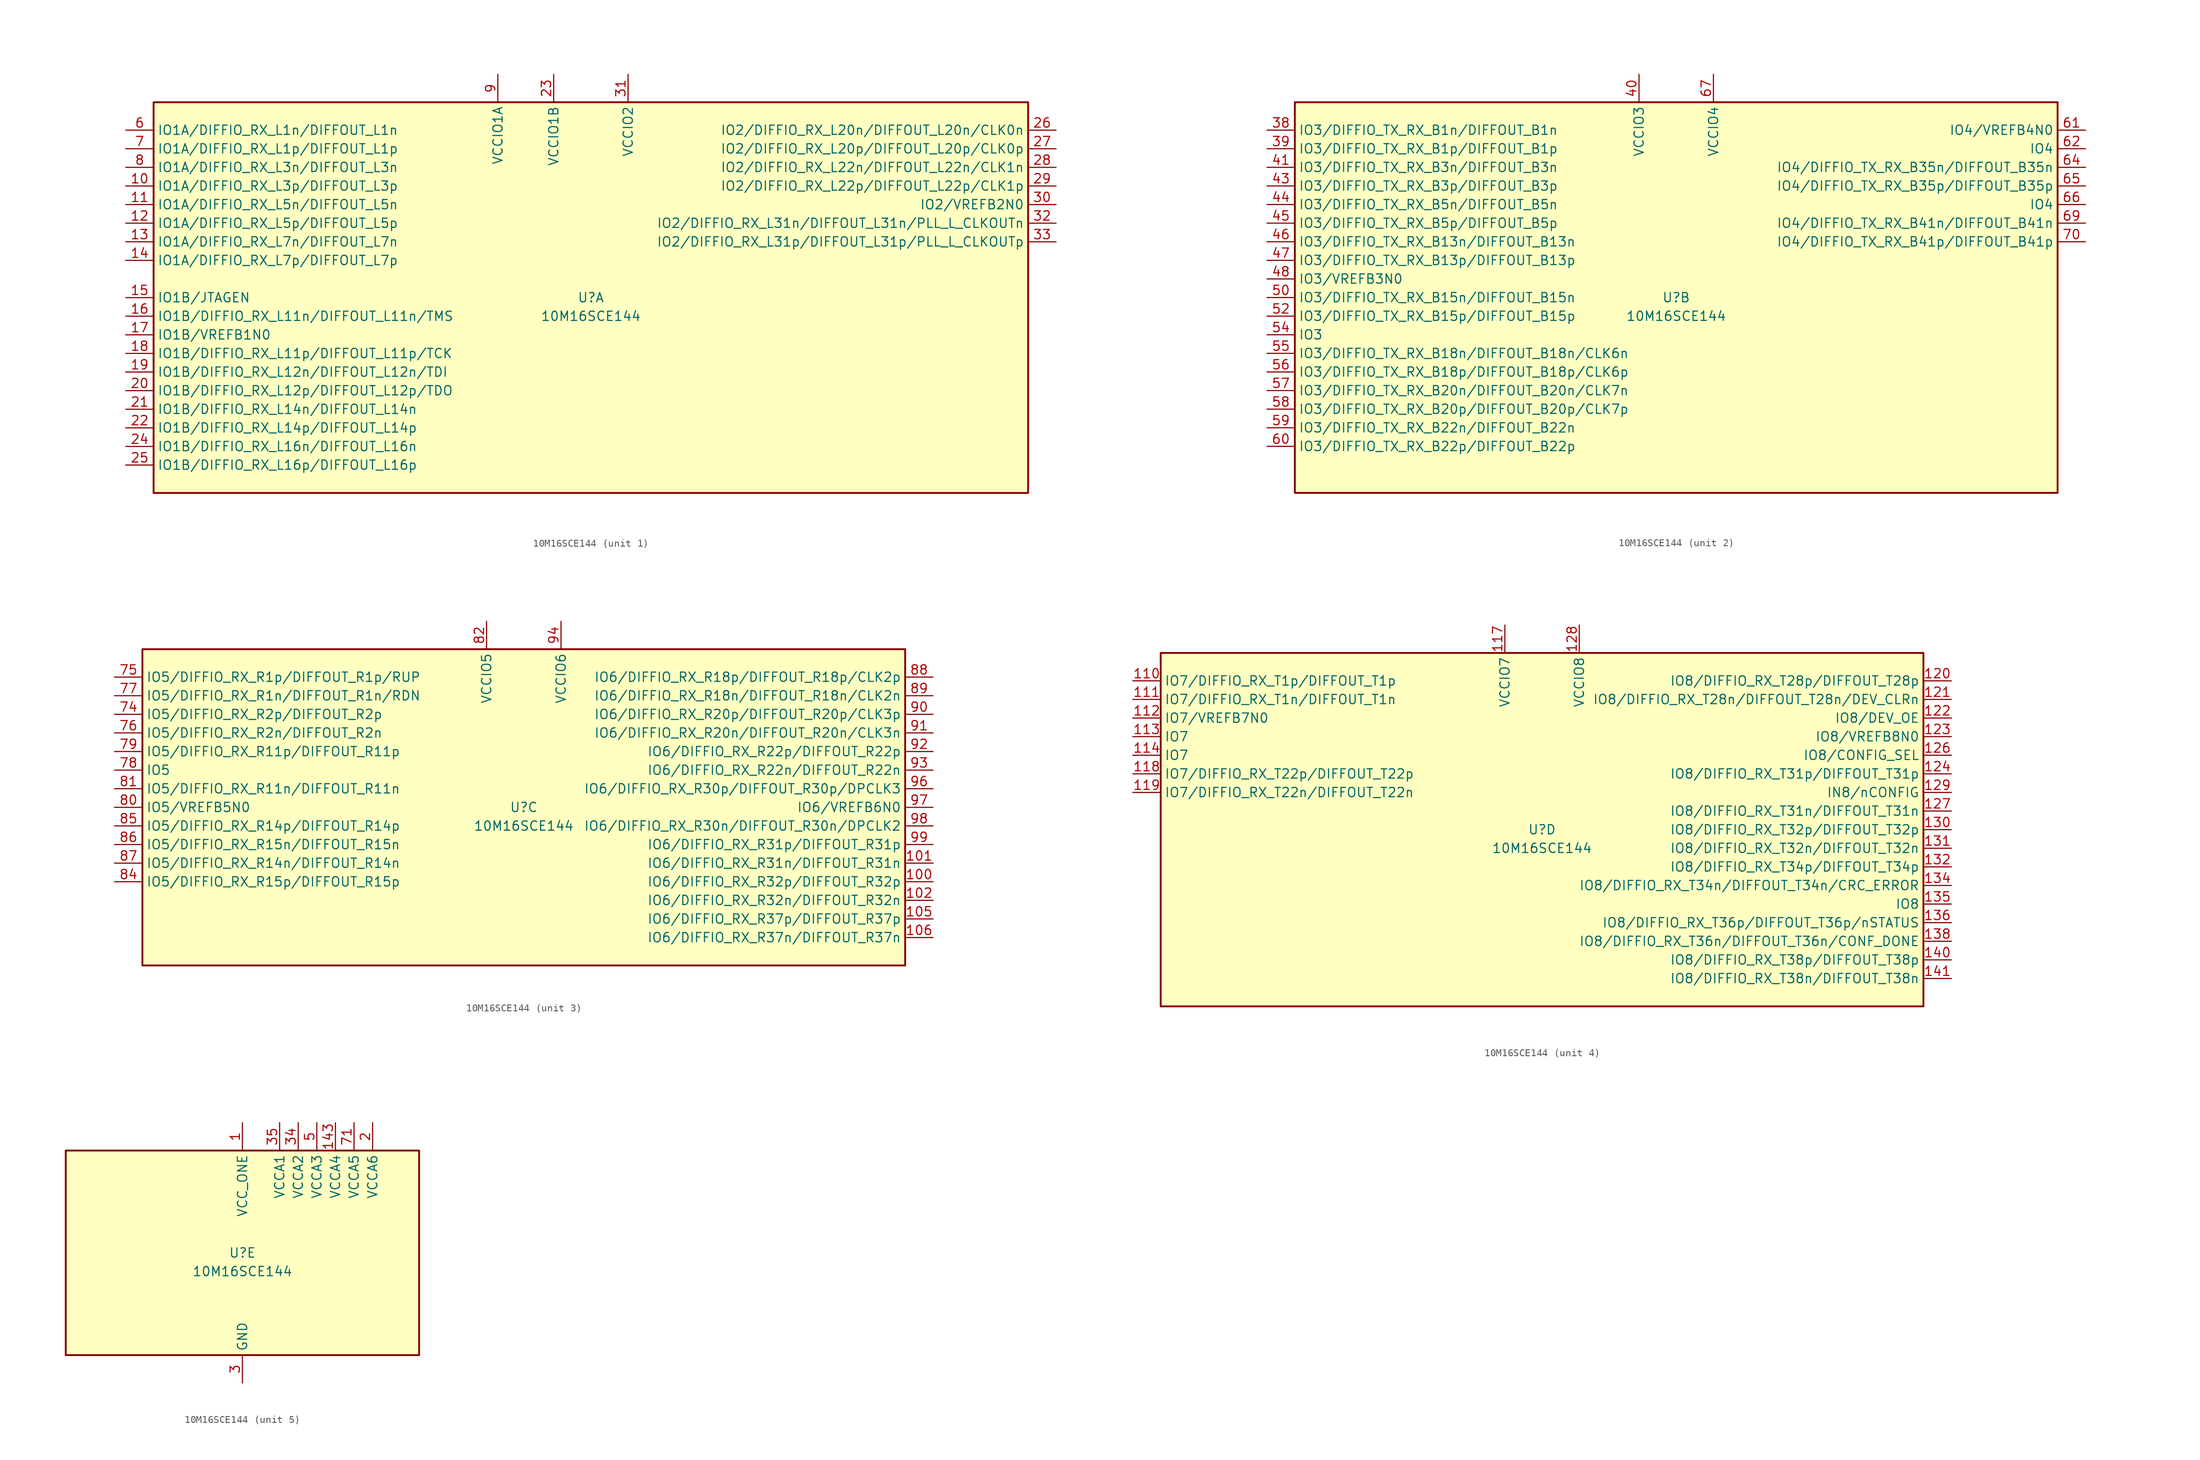
<source format=kicad_sym>
(kicad_symbol_lib
  (version 20220914)
  (generator kicad_symbol_editor)
  (symbol "10M16SCE144"
    (property "Reference" "U"
      (at 0 0 0)
      (effects (font (size 1.27 1.27))))
    (property "Value" "10M16SCE144"
      (at 0 -2.54 0)
      (effects (font (size 1.27 1.27))))
    (property "ki_locked" ""
      (at 0 0 0)
      (effects (font (size 1.27 1.27))))
    (symbol "10M16SCE144_1_1"
      (rectangle (start -59.69 26.67) (end 59.69 -26.67) (stroke (width 0.254) (type default)) (fill (type background)))
      (pin bidirectional line (at -63.5 15.24 0) (length 3.81) (name "IO1A/DIFFIO_RX_L3p/DIFFOUT_L3p" (effects (font (size 1.27 1.27)))) (number "10" (effects (font (size 1.27 1.27)))))
      (pin bidirectional line (at -63.5 12.7 0) (length 3.81) (name "IO1A/DIFFIO_RX_L5n/DIFFOUT_L5n" (effects (font (size 1.27 1.27)))) (number "11" (effects (font (size 1.27 1.27)))))
      (pin bidirectional line (at -63.5 10.16 0) (length 3.81) (name "IO1A/DIFFIO_RX_L5p/DIFFOUT_L5p" (effects (font (size 1.27 1.27)))) (number "12" (effects (font (size 1.27 1.27)))))
      (pin bidirectional line (at -63.5 7.62 0) (length 3.81) (name "IO1A/DIFFIO_RX_L7n/DIFFOUT_L7n" (effects (font (size 1.27 1.27)))) (number "13" (effects (font (size 1.27 1.27)))))
      (pin bidirectional line (at -63.5 5.08 0) (length 3.81) (name "IO1A/DIFFIO_RX_L7p/DIFFOUT_L7p" (effects (font (size 1.27 1.27)))) (number "14" (effects (font (size 1.27 1.27)))))
      (pin bidirectional line (at -63.5 0 0) (length 3.81) (name "IO1B/JTAGEN" (effects (font (size 1.27 1.27)))) (number "15" (effects (font (size 1.27 1.27)))))
      (pin bidirectional line (at -63.5 -2.54 0) (length 3.81) (name "IO1B/DIFFIO_RX_L11n/DIFFOUT_L11n/TMS" (effects (font (size 1.27 1.27)))) (number "16" (effects (font (size 1.27 1.27)))))
      (pin bidirectional line (at -63.5 -5.08 0) (length 3.81) (name "IO1B/VREFB1N0" (effects (font (size 1.27 1.27)))) (number "17" (effects (font (size 1.27 1.27)))))
      (pin bidirectional line (at -63.5 -7.62 0) (length 3.81) (name "IO1B/DIFFIO_RX_L11p/DIFFOUT_L11p/TCK" (effects (font (size 1.27 1.27)))) (number "18" (effects (font (size 1.27 1.27)))))
      (pin bidirectional line (at -63.5 -10.16 0) (length 3.81) (name "IO1B/DIFFIO_RX_L12n/DIFFOUT_L12n/TDI" (effects (font (size 1.27 1.27)))) (number "19" (effects (font (size 1.27 1.27)))))
      (pin bidirectional line (at -63.5 -12.7 0) (length 3.81) (name "IO1B/DIFFIO_RX_L12p/DIFFOUT_L12p/TDO" (effects (font (size 1.27 1.27)))) (number "20" (effects (font (size 1.27 1.27)))))
      (pin bidirectional line (at -63.5 -15.24 0) (length 3.81) (name "IO1B/DIFFIO_RX_L14n/DIFFOUT_L14n" (effects (font (size 1.27 1.27)))) (number "21" (effects (font (size 1.27 1.27)))))
      (pin bidirectional line (at -63.5 -17.78 0) (length 3.81) (name "IO1B/DIFFIO_RX_L14p/DIFFOUT_L14p" (effects (font (size 1.27 1.27)))) (number "22" (effects (font (size 1.27 1.27)))))
      (pin power_in line (at -5.08 30.48 270) (length 3.81) (name "VCCIO1B" (effects (font (size 1.27 1.27)))) (number "23" (effects (font (size 1.27 1.27)))))
      (pin bidirectional line (at -63.5 -20.32 0) (length 3.81) (name "IO1B/DIFFIO_RX_L16n/DIFFOUT_L16n" (effects (font (size 1.27 1.27)))) (number "24" (effects (font (size 1.27 1.27)))))
      (pin bidirectional line (at -63.5 -22.86 0) (length 3.81) (name "IO1B/DIFFIO_RX_L16p/DIFFOUT_L16p" (effects (font (size 1.27 1.27)))) (number "25" (effects (font (size 1.27 1.27)))))
      (pin bidirectional line (at 63.5 22.86 180) (length 3.81) (name "IO2/DIFFIO_RX_L20n/DIFFOUT_L20n/CLK0n" (effects (font (size 1.27 1.27)))) (number "26" (effects (font (size 1.27 1.27)))))
      (pin bidirectional line (at 63.5 20.32 180) (length 3.81) (name "IO2/DIFFIO_RX_L20p/DIFFOUT_L20p/CLK0p" (effects (font (size 1.27 1.27)))) (number "27" (effects (font (size 1.27 1.27)))))
      (pin bidirectional line (at 63.5 17.78 180) (length 3.81) (name "IO2/DIFFIO_RX_L22n/DIFFOUT_L22n/CLK1n" (effects (font (size 1.27 1.27)))) (number "28" (effects (font (size 1.27 1.27)))))
      (pin bidirectional line (at 63.5 15.24 180) (length 3.81) (name "IO2/DIFFIO_RX_L22p/DIFFOUT_L22p/CLK1p" (effects (font (size 1.27 1.27)))) (number "29" (effects (font (size 1.27 1.27)))))
      (pin bidirectional line (at 63.5 12.7 180) (length 3.81) (name "IO2/VREFB2N0" (effects (font (size 1.27 1.27)))) (number "30" (effects (font (size 1.27 1.27)))))
      (pin power_in line (at 5.08 30.48 270) (length 3.81) (name "VCCIO2" (effects (font (size 1.27 1.27)))) (number "31" (effects (font (size 1.27 1.27)))))
      (pin bidirectional line (at 63.5 10.16 180) (length 3.81) (name "IO2/DIFFIO_RX_L31n/DIFFOUT_L31n/PLL_L_CLKOUTn" (effects (font (size 1.27 1.27)))) (number "32" (effects (font (size 1.27 1.27)))))
      (pin bidirectional line (at 63.5 7.62 180) (length 3.81) (name "IO2/DIFFIO_RX_L31p/DIFFOUT_L31p/PLL_L_CLKOUTp" (effects (font (size 1.27 1.27)))) (number "33" (effects (font (size 1.27 1.27)))))
      (pin bidirectional line (at -63.5 22.86 0) (length 3.81) (name "IO1A/DIFFIO_RX_L1n/DIFFOUT_L1n" (effects (font (size 1.27 1.27)))) (number "6" (effects (font (size 1.27 1.27)))))
      (pin bidirectional line (at -63.5 20.32 0) (length 3.81) (name "IO1A/DIFFIO_RX_L1p/DIFFOUT_L1p" (effects (font (size 1.27 1.27)))) (number "7" (effects (font (size 1.27 1.27)))))
      (pin bidirectional line (at -63.5 17.78 0) (length 3.81) (name "IO1A/DIFFIO_RX_L3n/DIFFOUT_L3n" (effects (font (size 1.27 1.27)))) (number "8" (effects (font (size 1.27 1.27)))))
      (pin power_in line (at -12.7 30.48 270) (length 3.81) (name "VCCIO1A" (effects (font (size 1.27 1.27)))) (number "9" (effects (font (size 1.27 1.27))))))
    (symbol "10M16SCE144_2_1"
      (rectangle (start -52.07 26.67) (end 52.07 -26.67) (stroke (width 0.254) (type default)) (fill (type background)))
      (pin bidirectional line (at -55.88 22.86 0) (length 3.81) (name "IO3/DIFFIO_TX_RX_B1n/DIFFOUT_B1n" (effects (font (size 1.27 1.27)))) (number "38" (effects (font (size 1.27 1.27)))))
      (pin bidirectional line (at -55.88 20.32 0) (length 3.81) (name "IO3/DIFFIO_TX_RX_B1p/DIFFOUT_B1p" (effects (font (size 1.27 1.27)))) (number "39" (effects (font (size 1.27 1.27)))))
      (pin power_in line (at -5.08 30.48 270) (length 3.81) (name "VCCIO3" (effects (font (size 1.27 1.27)))) (number "40" (effects (font (size 1.27 1.27)))))
      (pin bidirectional line (at -55.88 17.78 0) (length 3.81) (name "IO3/DIFFIO_TX_RX_B3n/DIFFOUT_B3n" (effects (font (size 1.27 1.27)))) (number "41" (effects (font (size 1.27 1.27)))))
      (pin bidirectional line (at -55.88 15.24 0) (length 3.81) (name "IO3/DIFFIO_TX_RX_B3p/DIFFOUT_B3p" (effects (font (size 1.27 1.27)))) (number "43" (effects (font (size 1.27 1.27)))))
      (pin bidirectional line (at -55.88 12.7 0) (length 3.81) (name "IO3/DIFFIO_TX_RX_B5n/DIFFOUT_B5n" (effects (font (size 1.27 1.27)))) (number "44" (effects (font (size 1.27 1.27)))))
      (pin bidirectional line (at -55.88 10.16 0) (length 3.81) (name "IO3/DIFFIO_TX_RX_B5p/DIFFOUT_B5p" (effects (font (size 1.27 1.27)))) (number "45" (effects (font (size 1.27 1.27)))))
      (pin bidirectional line (at -55.88 7.62 0) (length 3.81) (name "IO3/DIFFIO_TX_RX_B13n/DIFFOUT_B13n" (effects (font (size 1.27 1.27)))) (number "46" (effects (font (size 1.27 1.27)))))
      (pin bidirectional line (at -55.88 5.08 0) (length 3.81) (name "IO3/DIFFIO_TX_RX_B13p/DIFFOUT_B13p" (effects (font (size 1.27 1.27)))) (number "47" (effects (font (size 1.27 1.27)))))
      (pin bidirectional line (at -55.88 2.54 0) (length 3.81) (name "IO3/VREFB3N0" (effects (font (size 1.27 1.27)))) (number "48" (effects (font (size 1.27 1.27)))))
      (pin passive line (at -5.08 30.48 270) (length 3.81) hide (name "VCCIO3" (effects (font (size 1.27 1.27)))) (number "49" (effects (font (size 1.27 1.27)))))
      (pin bidirectional line (at -55.88 0 0) (length 3.81) (name "IO3/DIFFIO_TX_RX_B15n/DIFFOUT_B15n" (effects (font (size 1.27 1.27)))) (number "50" (effects (font (size 1.27 1.27)))))
      (pin bidirectional line (at -55.88 -2.54 0) (length 3.81) (name "IO3/DIFFIO_TX_RX_B15p/DIFFOUT_B15p" (effects (font (size 1.27 1.27)))) (number "52" (effects (font (size 1.27 1.27)))))
      (pin bidirectional line (at -55.88 -5.08 0) (length 3.81) (name "IO3" (effects (font (size 1.27 1.27)))) (number "54" (effects (font (size 1.27 1.27)))))
      (pin bidirectional line (at -55.88 -7.62 0) (length 3.81) (name "IO3/DIFFIO_TX_RX_B18n/DIFFOUT_B18n/CLK6n" (effects (font (size 1.27 1.27)))) (number "55" (effects (font (size 1.27 1.27)))))
      (pin bidirectional line (at -55.88 -10.16 0) (length 3.81) (name "IO3/DIFFIO_TX_RX_B18p/DIFFOUT_B18p/CLK6p" (effects (font (size 1.27 1.27)))) (number "56" (effects (font (size 1.27 1.27)))))
      (pin bidirectional line (at -55.88 -12.7 0) (length 3.81) (name "IO3/DIFFIO_TX_RX_B20n/DIFFOUT_B20n/CLK7n" (effects (font (size 1.27 1.27)))) (number "57" (effects (font (size 1.27 1.27)))))
      (pin bidirectional line (at -55.88 -15.24 0) (length 3.81) (name "IO3/DIFFIO_TX_RX_B20p/DIFFOUT_B20p/CLK7p" (effects (font (size 1.27 1.27)))) (number "58" (effects (font (size 1.27 1.27)))))
      (pin bidirectional line (at -55.88 -17.78 0) (length 3.81) (name "IO3/DIFFIO_TX_RX_B22n/DIFFOUT_B22n" (effects (font (size 1.27 1.27)))) (number "59" (effects (font (size 1.27 1.27)))))
      (pin bidirectional line (at -55.88 -20.32 0) (length 3.81) (name "IO3/DIFFIO_TX_RX_B22p/DIFFOUT_B22p" (effects (font (size 1.27 1.27)))) (number "60" (effects (font (size 1.27 1.27)))))
      (pin bidirectional line (at 55.88 22.86 180) (length 3.81) (name "IO4/VREFB4N0" (effects (font (size 1.27 1.27)))) (number "61" (effects (font (size 1.27 1.27)))))
      (pin bidirectional line (at 55.88 20.32 180) (length 3.81) (name "IO4" (effects (font (size 1.27 1.27)))) (number "62" (effects (font (size 1.27 1.27)))))
      (pin bidirectional line (at 55.88 17.78 180) (length 3.81) (name "IO4/DIFFIO_TX_RX_B35n/DIFFOUT_B35n" (effects (font (size 1.27 1.27)))) (number "64" (effects (font (size 1.27 1.27)))))
      (pin bidirectional line (at 55.88 15.24 180) (length 3.81) (name "IO4/DIFFIO_TX_RX_B35p/DIFFOUT_B35p" (effects (font (size 1.27 1.27)))) (number "65" (effects (font (size 1.27 1.27)))))
      (pin bidirectional line (at 55.88 12.7 180) (length 3.81) (name "IO4" (effects (font (size 1.27 1.27)))) (number "66" (effects (font (size 1.27 1.27)))))
      (pin power_in line (at 5.08 30.48 270) (length 3.81) (name "VCCIO4" (effects (font (size 1.27 1.27)))) (number "67" (effects (font (size 1.27 1.27)))))
      (pin bidirectional line (at 55.88 10.16 180) (length 3.81) (name "IO4/DIFFIO_TX_RX_B41n/DIFFOUT_B41n" (effects (font (size 1.27 1.27)))) (number "69" (effects (font (size 1.27 1.27)))))
      (pin bidirectional line (at 55.88 7.62 180) (length 3.81) (name "IO4/DIFFIO_TX_RX_B41p/DIFFOUT_B41p" (effects (font (size 1.27 1.27)))) (number "70" (effects (font (size 1.27 1.27))))))
    (symbol "10M16SCE144_3_1"
      (rectangle (start -52.07 21.59) (end 52.07 -21.59) (stroke (width 0.254) (type default)) (fill (type background)))
      (pin bidirectional line (at 55.88 -10.16 180) (length 3.81) (name "IO6/DIFFIO_RX_R32p/DIFFOUT_R32p" (effects (font (size 1.27 1.27)))) (number "100" (effects (font (size 1.27 1.27)))))
      (pin bidirectional line (at 55.88 -7.62 180) (length 3.81) (name "IO6/DIFFIO_RX_R31n/DIFFOUT_R31n" (effects (font (size 1.27 1.27)))) (number "101" (effects (font (size 1.27 1.27)))))
      (pin bidirectional line (at 55.88 -12.7 180) (length 3.81) (name "IO6/DIFFIO_RX_R32n/DIFFOUT_R32n" (effects (font (size 1.27 1.27)))) (number "102" (effects (font (size 1.27 1.27)))))
      (pin passive line (at 5.08 25.4 270) (length 3.81) hide (name "VCCIO6" (effects (font (size 1.27 1.27)))) (number "103" (effects (font (size 1.27 1.27)))))
      (pin bidirectional line (at 55.88 -15.24 180) (length 3.81) (name "IO6/DIFFIO_RX_R37p/DIFFOUT_R37p" (effects (font (size 1.27 1.27)))) (number "105" (effects (font (size 1.27 1.27)))))
      (pin bidirectional line (at 55.88 -17.78 180) (length 3.81) (name "IO6/DIFFIO_RX_R37n/DIFFOUT_R37n" (effects (font (size 1.27 1.27)))) (number "106" (effects (font (size 1.27 1.27)))))
      (pin bidirectional line (at -55.88 12.7 0) (length 3.81) (name "IO5/DIFFIO_RX_R2p/DIFFOUT_R2p" (effects (font (size 1.27 1.27)))) (number "74" (effects (font (size 1.27 1.27)))))
      (pin bidirectional line (at -55.88 17.78 0) (length 3.81) (name "IO5/DIFFIO_RX_R1p/DIFFOUT_R1p/RUP" (effects (font (size 1.27 1.27)))) (number "75" (effects (font (size 1.27 1.27)))))
      (pin bidirectional line (at -55.88 10.16 0) (length 3.81) (name "IO5/DIFFIO_RX_R2n/DIFFOUT_R2n" (effects (font (size 1.27 1.27)))) (number "76" (effects (font (size 1.27 1.27)))))
      (pin bidirectional line (at -55.88 15.24 0) (length 3.81) (name "IO5/DIFFIO_RX_R1n/DIFFOUT_R1n/RDN" (effects (font (size 1.27 1.27)))) (number "77" (effects (font (size 1.27 1.27)))))
      (pin bidirectional line (at -55.88 5.08 0) (length 3.81) (name "IO5" (effects (font (size 1.27 1.27)))) (number "78" (effects (font (size 1.27 1.27)))))
      (pin bidirectional line (at -55.88 7.62 0) (length 3.81) (name "IO5/DIFFIO_RX_R11p/DIFFOUT_R11p" (effects (font (size 1.27 1.27)))) (number "79" (effects (font (size 1.27 1.27)))))
      (pin bidirectional line (at -55.88 0 0) (length 3.81) (name "IO5/VREFB5N0" (effects (font (size 1.27 1.27)))) (number "80" (effects (font (size 1.27 1.27)))))
      (pin bidirectional line (at -55.88 2.54 0) (length 3.81) (name "IO5/DIFFIO_RX_R11n/DIFFOUT_R11n" (effects (font (size 1.27 1.27)))) (number "81" (effects (font (size 1.27 1.27)))))
      (pin power_in line (at -5.08 25.4 270) (length 3.81) (name "VCCIO5" (effects (font (size 1.27 1.27)))) (number "82" (effects (font (size 1.27 1.27)))))
      (pin bidirectional line (at -55.88 -10.16 0) (length 3.81) (name "IO5/DIFFIO_RX_R15p/DIFFOUT_R15p" (effects (font (size 1.27 1.27)))) (number "84" (effects (font (size 1.27 1.27)))))
      (pin bidirectional line (at -55.88 -2.54 0) (length 3.81) (name "IO5/DIFFIO_RX_R14p/DIFFOUT_R14p" (effects (font (size 1.27 1.27)))) (number "85" (effects (font (size 1.27 1.27)))))
      (pin bidirectional line (at -55.88 -5.08 0) (length 3.81) (name "IO5/DIFFIO_RX_R15n/DIFFOUT_R15n" (effects (font (size 1.27 1.27)))) (number "86" (effects (font (size 1.27 1.27)))))
      (pin bidirectional line (at -55.88 -7.62 0) (length 3.81) (name "IO5/DIFFIO_RX_R14n/DIFFOUT_R14n" (effects (font (size 1.27 1.27)))) (number "87" (effects (font (size 1.27 1.27)))))
      (pin bidirectional line (at 55.88 17.78 180) (length 3.81) (name "IO6/DIFFIO_RX_R18p/DIFFOUT_R18p/CLK2p" (effects (font (size 1.27 1.27)))) (number "88" (effects (font (size 1.27 1.27)))))
      (pin bidirectional line (at 55.88 15.24 180) (length 3.81) (name "IO6/DIFFIO_RX_R18n/DIFFOUT_R18n/CLK2n" (effects (font (size 1.27 1.27)))) (number "89" (effects (font (size 1.27 1.27)))))
      (pin bidirectional line (at 55.88 12.7 180) (length 3.81) (name "IO6/DIFFIO_RX_R20p/DIFFOUT_R20p/CLK3p" (effects (font (size 1.27 1.27)))) (number "90" (effects (font (size 1.27 1.27)))))
      (pin bidirectional line (at 55.88 10.16 180) (length 3.81) (name "IO6/DIFFIO_RX_R20n/DIFFOUT_R20n/CLK3n" (effects (font (size 1.27 1.27)))) (number "91" (effects (font (size 1.27 1.27)))))
      (pin bidirectional line (at 55.88 7.62 180) (length 3.81) (name "IO6/DIFFIO_RX_R22p/DIFFOUT_R22p" (effects (font (size 1.27 1.27)))) (number "92" (effects (font (size 1.27 1.27)))))
      (pin bidirectional line (at 55.88 5.08 180) (length 3.81) (name "IO6/DIFFIO_RX_R22n/DIFFOUT_R22n" (effects (font (size 1.27 1.27)))) (number "93" (effects (font (size 1.27 1.27)))))
      (pin power_in line (at 5.08 25.4 270) (length 3.81) (name "VCCIO6" (effects (font (size 1.27 1.27)))) (number "94" (effects (font (size 1.27 1.27)))))
      (pin bidirectional line (at 55.88 2.54 180) (length 3.81) (name "IO6/DIFFIO_RX_R30p/DIFFOUT_R30p/DPCLK3" (effects (font (size 1.27 1.27)))) (number "96" (effects (font (size 1.27 1.27)))))
      (pin bidirectional line (at 55.88 0 180) (length 3.81) (name "IO6/VREFB6N0" (effects (font (size 1.27 1.27)))) (number "97" (effects (font (size 1.27 1.27)))))
      (pin bidirectional line (at 55.88 -2.54 180) (length 3.81) (name "IO6/DIFFIO_RX_R30n/DIFFOUT_R30n/DPCLK2" (effects (font (size 1.27 1.27)))) (number "98" (effects (font (size 1.27 1.27)))))
      (pin bidirectional line (at 55.88 -5.08 180) (length 3.81) (name "IO6/DIFFIO_RX_R31p/DIFFOUT_R31p" (effects (font (size 1.27 1.27)))) (number "99" (effects (font (size 1.27 1.27))))))
    (symbol "10M16SCE144_4_1"
      (rectangle (start -52.07 24.13) (end 52.07 -24.13) (stroke (width 0.254) (type default)) (fill (type background)))
      (pin bidirectional line (at -55.88 20.32 0) (length 3.81) (name "IO7/DIFFIO_RX_T1p/DIFFOUT_T1p" (effects (font (size 1.27 1.27)))) (number "110" (effects (font (size 1.27 1.27)))))
      (pin bidirectional line (at -55.88 17.78 0) (length 3.81) (name "IO7/DIFFIO_RX_T1n/DIFFOUT_T1n" (effects (font (size 1.27 1.27)))) (number "111" (effects (font (size 1.27 1.27)))))
      (pin bidirectional line (at -55.88 15.24 0) (length 3.81) (name "IO7/VREFB7N0" (effects (font (size 1.27 1.27)))) (number "112" (effects (font (size 1.27 1.27)))))
      (pin bidirectional line (at -55.88 12.7 0) (length 3.81) (name "IO7" (effects (font (size 1.27 1.27)))) (number "113" (effects (font (size 1.27 1.27)))))
      (pin bidirectional line (at -55.88 10.16 0) (length 3.81) (name "IO7" (effects (font (size 1.27 1.27)))) (number "114" (effects (font (size 1.27 1.27)))))
      (pin power_in line (at -5.08 27.94 270) (length 3.81) (name "VCCIO7" (effects (font (size 1.27 1.27)))) (number "117" (effects (font (size 1.27 1.27)))))
      (pin bidirectional line (at -55.88 7.62 0) (length 3.81) (name "IO7/DIFFIO_RX_T22p/DIFFOUT_T22p" (effects (font (size 1.27 1.27)))) (number "118" (effects (font (size 1.27 1.27)))))
      (pin bidirectional line (at -55.88 5.08 0) (length 3.81) (name "IO7/DIFFIO_RX_T22n/DIFFOUT_T22n" (effects (font (size 1.27 1.27)))) (number "119" (effects (font (size 1.27 1.27)))))
      (pin bidirectional line (at 55.88 20.32 180) (length 3.81) (name "IO8/DIFFIO_RX_T28p/DIFFOUT_T28p" (effects (font (size 1.27 1.27)))) (number "120" (effects (font (size 1.27 1.27)))))
      (pin bidirectional line (at 55.88 17.78 180) (length 3.81) (name "IO8/DIFFIO_RX_T28n/DIFFOUT_T28n/DEV_CLRn" (effects (font (size 1.27 1.27)))) (number "121" (effects (font (size 1.27 1.27)))))
      (pin bidirectional line (at 55.88 15.24 180) (length 3.81) (name "IO8/DEV_OE" (effects (font (size 1.27 1.27)))) (number "122" (effects (font (size 1.27 1.27)))))
      (pin bidirectional line (at 55.88 12.7 180) (length 3.81) (name "IO8/VREFB8N0" (effects (font (size 1.27 1.27)))) (number "123" (effects (font (size 1.27 1.27)))))
      (pin bidirectional line (at 55.88 7.62 180) (length 3.81) (name "IO8/DIFFIO_RX_T31p/DIFFOUT_T31p" (effects (font (size 1.27 1.27)))) (number "124" (effects (font (size 1.27 1.27)))))
      (pin bidirectional line (at 55.88 10.16 180) (length 3.81) (name "IO8/CONFIG_SEL" (effects (font (size 1.27 1.27)))) (number "126" (effects (font (size 1.27 1.27)))))
      (pin bidirectional line (at 55.88 2.54 180) (length 3.81) (name "IO8/DIFFIO_RX_T31n/DIFFOUT_T31n" (effects (font (size 1.27 1.27)))) (number "127" (effects (font (size 1.27 1.27)))))
      (pin power_in line (at 5.08 27.94 270) (length 3.81) (name "VCCIO8" (effects (font (size 1.27 1.27)))) (number "128" (effects (font (size 1.27 1.27)))))
      (pin input line (at 55.88 5.08 180) (length 3.81) (name "IN8/nCONFIG" (effects (font (size 1.27 1.27)))) (number "129" (effects (font (size 1.27 1.27)))))
      (pin bidirectional line (at 55.88 0 180) (length 3.81) (name "IO8/DIFFIO_RX_T32p/DIFFOUT_T32p" (effects (font (size 1.27 1.27)))) (number "130" (effects (font (size 1.27 1.27)))))
      (pin bidirectional line (at 55.88 -2.54 180) (length 3.81) (name "IO8/DIFFIO_RX_T32n/DIFFOUT_T32n" (effects (font (size 1.27 1.27)))) (number "131" (effects (font (size 1.27 1.27)))))
      (pin bidirectional line (at 55.88 -5.08 180) (length 3.81) (name "IO8/DIFFIO_RX_T34p/DIFFOUT_T34p" (effects (font (size 1.27 1.27)))) (number "132" (effects (font (size 1.27 1.27)))))
      (pin bidirectional line (at 55.88 -7.62 180) (length 3.81) (name "IO8/DIFFIO_RX_T34n/DIFFOUT_T34n/CRC_ERROR" (effects (font (size 1.27 1.27)))) (number "134" (effects (font (size 1.27 1.27)))))
      (pin bidirectional line (at 55.88 -10.16 180) (length 3.81) (name "IO8" (effects (font (size 1.27 1.27)))) (number "135" (effects (font (size 1.27 1.27)))))
      (pin bidirectional line (at 55.88 -12.7 180) (length 3.81) (name "IO8/DIFFIO_RX_T36p/DIFFOUT_T36p/nSTATUS" (effects (font (size 1.27 1.27)))) (number "136" (effects (font (size 1.27 1.27)))))
      (pin bidirectional line (at 55.88 -15.24 180) (length 3.81) (name "IO8/DIFFIO_RX_T36n/DIFFOUT_T36n/CONF_DONE" (effects (font (size 1.27 1.27)))) (number "138" (effects (font (size 1.27 1.27)))))
      (pin passive line (at 5.08 27.94 270) (length 3.81) hide (name "VCCIO8" (effects (font (size 1.27 1.27)))) (number "139" (effects (font (size 1.27 1.27)))))
      (pin bidirectional line (at 55.88 -17.78 180) (length 3.81) (name "IO8/DIFFIO_RX_T38p/DIFFOUT_T38p" (effects (font (size 1.27 1.27)))) (number "140" (effects (font (size 1.27 1.27)))))
      (pin bidirectional line (at 55.88 -20.32 180) (length 3.81) (name "IO8/DIFFIO_RX_T38n/DIFFOUT_T38n" (effects (font (size 1.27 1.27)))) (number "141" (effects (font (size 1.27 1.27))))))
    (symbol "10M16SCE144_5_1"
      (rectangle (start -24.13 13.97) (end 24.13 -13.97) (stroke (width 0.254) (type default)) (fill (type background)))
      (pin power_in line (at 0 17.78 270) (length 3.81) (name "VCC_ONE" (effects (font (size 1.27 1.27)))) (number "1" (effects (font (size 1.27 1.27)))))
      (pin passive line (at 0 -17.78 90) (length 3.81) hide (name "GND" (effects (font (size 1.27 1.27)))) (number "104" (effects (font (size 1.27 1.27)))))
      (pin passive line (at 10.16 17.78 270) (length 3.81) hide (name "VCCA3" (effects (font (size 1.27 1.27)))) (number "107" (effects (font (size 1.27 1.27)))))
      (pin passive line (at 0 17.78 270) (length 3.81) hide (name "VCC_ONE" (effects (font (size 1.27 1.27)))) (number "108" (effects (font (size 1.27 1.27)))))
      (pin passive line (at 0 17.78 270) (length 3.81) hide (name "VCC_ONE" (effects (font (size 1.27 1.27)))) (number "109" (effects (font (size 1.27 1.27)))))
      (pin passive line (at 0 17.78 270) (length 3.81) hide (name "VCC_ONE" (effects (font (size 1.27 1.27)))) (number "115" (effects (font (size 1.27 1.27)))))
      (pin passive line (at 0 -17.78 90) (length 3.81) hide (name "GND" (effects (font (size 1.27 1.27)))) (number "116" (effects (font (size 1.27 1.27)))))
      (pin passive line (at 0 -17.78 90) (length 3.81) hide (name "GND" (effects (font (size 1.27 1.27)))) (number "125" (effects (font (size 1.27 1.27)))))
      (pin passive line (at 0 -17.78 90) (length 3.81) hide (name "GND" (effects (font (size 1.27 1.27)))) (number "133" (effects (font (size 1.27 1.27)))))
      (pin passive line (at 0 -17.78 90) (length 3.81) hide (name "GND" (effects (font (size 1.27 1.27)))) (number "137" (effects (font (size 1.27 1.27)))))
      (pin passive line (at 0 -17.78 90) (length 3.81) hide (name "GND" (effects (font (size 1.27 1.27)))) (number "142" (effects (font (size 1.27 1.27)))))
      (pin power_in line (at 12.7 17.78 270) (length 3.81) (name "VCCA4" (effects (font (size 1.27 1.27)))) (number "143" (effects (font (size 1.27 1.27)))))
      (pin passive line (at 0 17.78 270) (length 3.81) hide (name "VCC_ONE" (effects (font (size 1.27 1.27)))) (number "144" (effects (font (size 1.27 1.27)))))
      (pin passive line (at 0 -17.78 90) (length 3.81) hide (name "GND" (effects (font (size 1.27 1.27)))) (number "145" (effects (font (size 1.27 1.27)))))
      (pin power_in line (at 17.78 17.78 270) (length 3.81) (name "VCCA6" (effects (font (size 1.27 1.27)))) (number "2" (effects (font (size 1.27 1.27)))))
      (pin power_in line (at 0 -17.78 90) (length 3.81) (name "GND" (effects (font (size 1.27 1.27)))) (number "3" (effects (font (size 1.27 1.27)))))
      (pin power_in line (at 7.62 17.78 270) (length 3.81) (name "VCCA2" (effects (font (size 1.27 1.27)))) (number "34" (effects (font (size 1.27 1.27)))))
      (pin power_in line (at 5.08 17.78 270) (length 3.81) (name "VCCA1" (effects (font (size 1.27 1.27)))) (number "35" (effects (font (size 1.27 1.27)))))
      (pin passive line (at 0 17.78 270) (length 3.81) hide (name "VCC_ONE" (effects (font (size 1.27 1.27)))) (number "36" (effects (font (size 1.27 1.27)))))
      (pin passive line (at 0 17.78 270) (length 3.81) hide (name "VCC_ONE" (effects (font (size 1.27 1.27)))) (number "37" (effects (font (size 1.27 1.27)))))
      (pin passive line (at 0 -17.78 90) (length 3.81) hide (name "GND" (effects (font (size 1.27 1.27)))) (number "4" (effects (font (size 1.27 1.27)))))
      (pin passive line (at 0 -17.78 90) (length 3.81) hide (name "GND" (effects (font (size 1.27 1.27)))) (number "42" (effects (font (size 1.27 1.27)))))
      (pin power_in line (at 10.16 17.78 270) (length 3.81) (name "VCCA3" (effects (font (size 1.27 1.27)))) (number "5" (effects (font (size 1.27 1.27)))))
      (pin passive line (at 0 17.78 270) (length 3.81) hide (name "VCC_ONE" (effects (font (size 1.27 1.27)))) (number "51" (effects (font (size 1.27 1.27)))))
      (pin passive line (at 0 -17.78 90) (length 3.81) hide (name "GND" (effects (font (size 1.27 1.27)))) (number "53" (effects (font (size 1.27 1.27)))))
      (pin passive line (at 0 -17.78 90) (length 3.81) hide (name "GND" (effects (font (size 1.27 1.27)))) (number "63" (effects (font (size 1.27 1.27)))))
      (pin passive line (at 0 -17.78 90) (length 3.81) hide (name "GND" (effects (font (size 1.27 1.27)))) (number "68" (effects (font (size 1.27 1.27)))))
      (pin power_in line (at 15.24 17.78 270) (length 3.81) (name "VCCA5" (effects (font (size 1.27 1.27)))) (number "71" (effects (font (size 1.27 1.27)))))
      (pin passive line (at 0 17.78 270) (length 3.81) hide (name "VCC_ONE" (effects (font (size 1.27 1.27)))) (number "72" (effects (font (size 1.27 1.27)))))
      (pin passive line (at 0 17.78 270) (length 3.81) hide (name "VCC_ONE" (effects (font (size 1.27 1.27)))) (number "73" (effects (font (size 1.27 1.27)))))
      (pin passive line (at 0 -17.78 90) (length 3.81) hide (name "GND" (effects (font (size 1.27 1.27)))) (number "83" (effects (font (size 1.27 1.27)))))
      (pin passive line (at 0 -17.78 90) (length 3.81) hide (name "GND" (effects (font (size 1.27 1.27)))) (number "95" (effects (font (size 1.27 1.27))))))))
</source>
